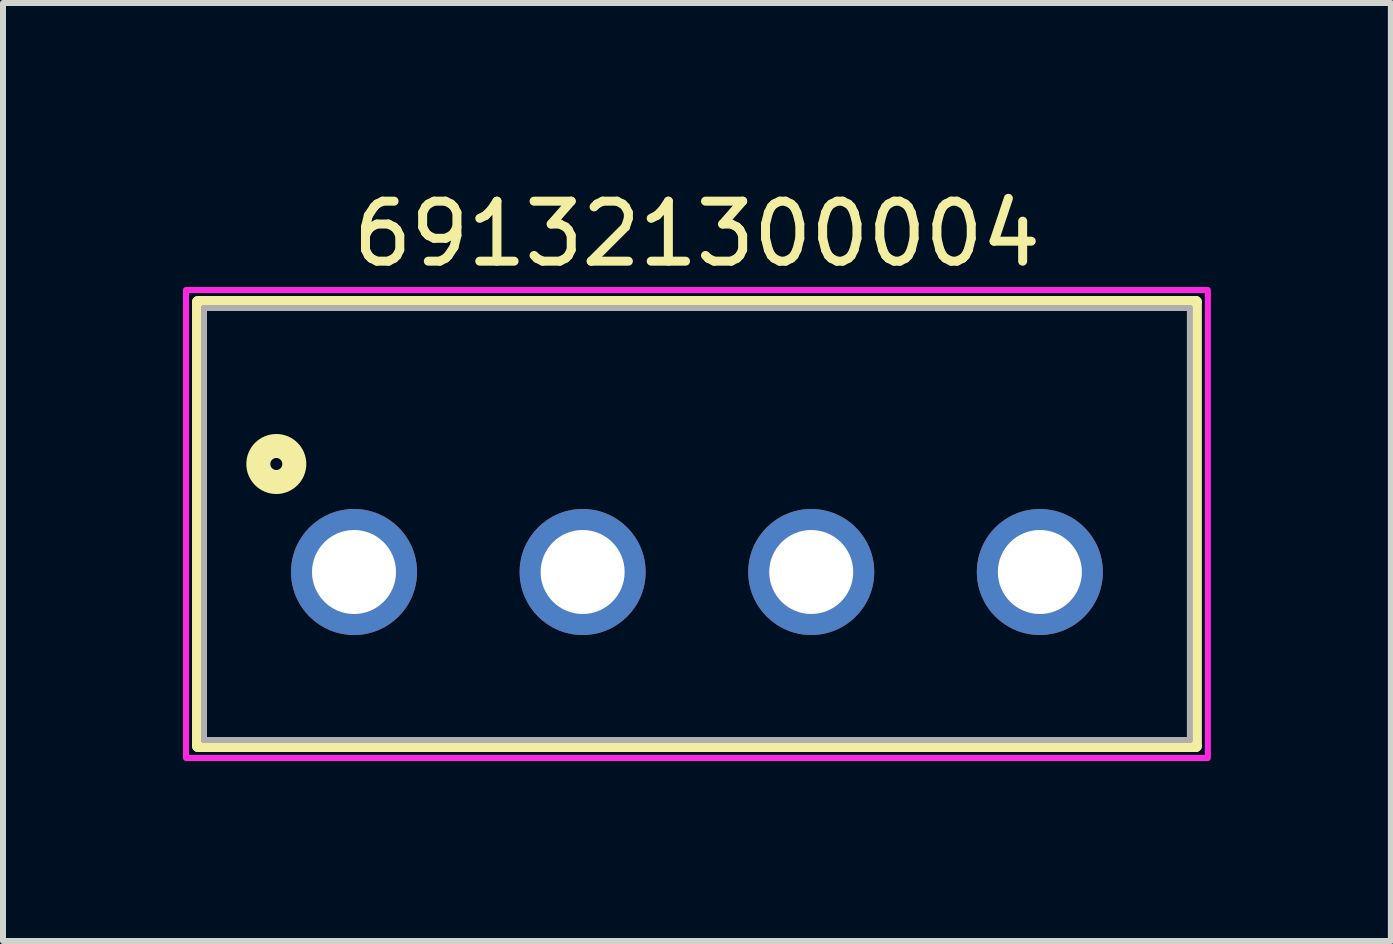
<source format=kicad_pcb>
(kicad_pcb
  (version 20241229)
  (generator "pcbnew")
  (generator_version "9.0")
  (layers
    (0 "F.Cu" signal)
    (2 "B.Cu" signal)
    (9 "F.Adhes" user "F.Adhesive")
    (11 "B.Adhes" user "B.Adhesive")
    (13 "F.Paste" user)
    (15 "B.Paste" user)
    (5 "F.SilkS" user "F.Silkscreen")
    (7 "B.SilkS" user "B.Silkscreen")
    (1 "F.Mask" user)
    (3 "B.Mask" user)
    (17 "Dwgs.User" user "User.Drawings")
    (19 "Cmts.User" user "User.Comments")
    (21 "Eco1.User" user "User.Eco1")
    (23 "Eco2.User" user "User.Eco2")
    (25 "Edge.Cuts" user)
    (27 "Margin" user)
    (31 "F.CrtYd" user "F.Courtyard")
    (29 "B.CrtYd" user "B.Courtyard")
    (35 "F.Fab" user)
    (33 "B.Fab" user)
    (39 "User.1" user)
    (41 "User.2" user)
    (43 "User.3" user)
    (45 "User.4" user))
  (footprint "691321300004"
    (layer "F.Cu")
    (at 8.565 6.483)
    (property "Reference" "691321300004" (at 0 -5.635 0) (layer "F.SilkS") (effects (font (size 1 1) (thickness 0.15))))
    (attr through_hole)
    (fp_line (start -8.315 -4.5) (end 8.315 -4.5) (stroke (width 0.2) (type solid)) (layer "F.SilkS"))
    (fp_line (start -8.315 2.9) (end -8.315 -4.5) (stroke (width 0.2) (type solid)) (layer "F.SilkS"))
    (fp_line (start 8.315 -4.5) (end 8.315 2.9) (stroke (width 0.2) (type solid)) (layer "F.SilkS"))
    (fp_line (start 8.315 2.9) (end -8.315 2.9) (stroke (width 0.2) (type solid)) (layer "F.SilkS"))
    (fp_circle (center -7.01 -1.8) (end -6.91 -1.8) (stroke (width 0.4) (type solid)) (fill no) (layer "F.SilkS"))
    (fp_poly (pts (xy -8.515 -4.7) (xy 8.515 -4.7) (xy 8.515 3.1) (xy -8.515 3.1)) (stroke (width 0.1) (type solid)) (fill no) (layer "F.CrtYd"))
    (fp_line (start -8.215 -4.4) (end -8.215 2.8) (stroke (width 0.1) (type solid)) (layer "F.Fab"))
    (fp_line (start -8.215 2.8) (end 8.215 2.8) (stroke (width 0.1) (type solid)) (layer "F.Fab"))
    (fp_line (start 8.215 -4.4) (end -8.215 -4.4) (stroke (width 0.1) (type solid)) (layer "F.Fab"))
    (fp_line (start 8.215 2.8) (end 8.215 -4.4) (stroke (width 0.1) (type solid)) (layer "F.Fab"))
    (pad "1" thru_hole circle (at -5.715 0) (size 2.1 2.1) (drill 1.4) (layers "*.Cu" "*.Mask"))
    (pad "2" thru_hole circle (at -1.905 0) (size 2.1 2.1) (drill 1.4) (layers "*.Cu" "*.Mask"))
    (pad "3" thru_hole circle (at 1.905 0) (size 2.1 2.1) (drill 1.4) (layers "*.Cu" "*.Mask"))
    (pad "4" thru_hole circle (at 5.715 0) (size 2.1 2.1) (drill 1.4) (layers "*.Cu" "*.Mask")))
  (gr_rect
    (start -3 -3)
    (end 20.13 12.633)
    (stroke (width 0.1) (type default))
    (fill no)
    (layer "Edge.Cuts")))
</source>
